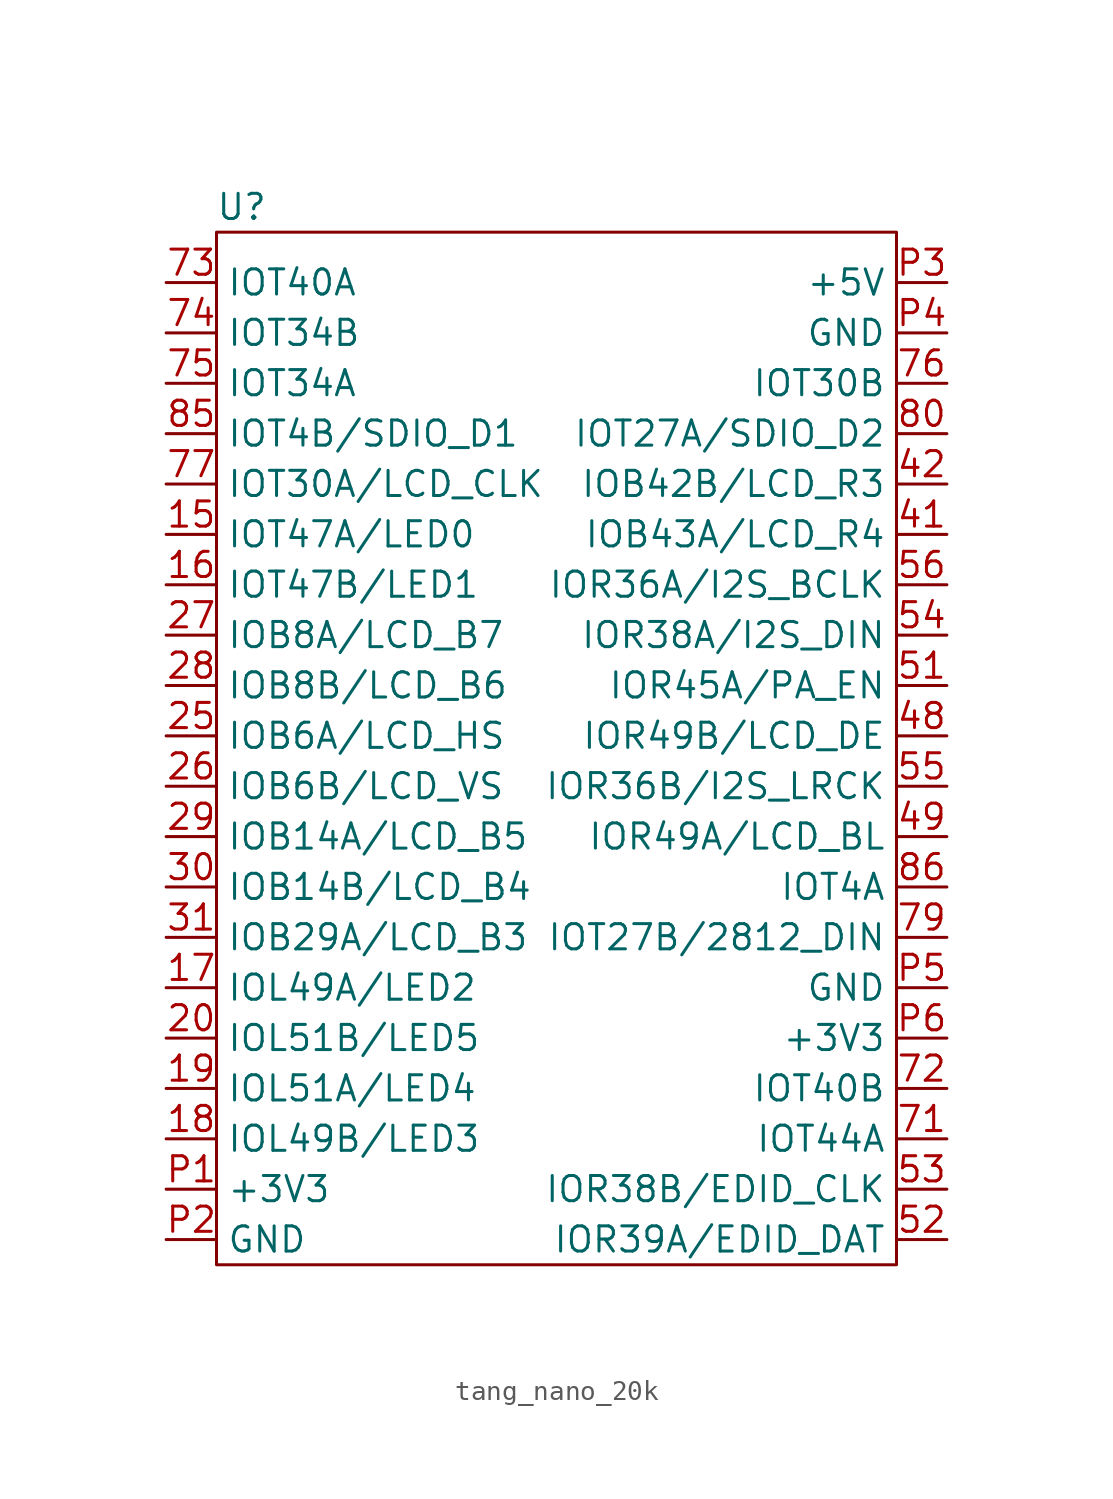
<source format=kicad_sym>
(kicad_symbol_lib
  (version 20220914)
  (generator kicad_symbol_editor)
  (symbol "tang_nano_20k"
    (property "Reference" "U"
      (at -16.51 27.94 0)
      (effects (font (size 1.27 1.27))))
    (property "Value" ""
      (at 0 0 0)
      (effects (font (size 1.27 1.27))))
    (symbol "tang_nano_20k_0_1"
      (rectangle (start -17.78 26.67) (end 16.51 -25.4) (stroke (width 0) (type default)) (fill (type none))))
    (symbol "tang_nano_20k_1_1"
      (pin bidirectional line (at -20.32 11.43 0) (length 2.54) (name "IOT47A/LED0" (effects (font (size 1.27 1.27)))) (number "15" (effects (font (size 1.27 1.27)))))
      (pin bidirectional line (at -20.32 8.89 0) (length 2.54) (name "IOT47B/LED1" (effects (font (size 1.27 1.27)))) (number "16" (effects (font (size 1.27 1.27)))))
      (pin bidirectional line (at -20.32 -11.43 0) (length 2.54) (name "IOL49A/LED2" (effects (font (size 1.27 1.27)))) (number "17" (effects (font (size 1.27 1.27)))))
      (pin bidirectional line (at -20.32 -19.05 0) (length 2.54) (name "IOL49B/LED3" (effects (font (size 1.27 1.27)))) (number "18" (effects (font (size 1.27 1.27)))))
      (pin bidirectional line (at -20.32 -16.51 0) (length 2.54) (name "IOL51A/LED4" (effects (font (size 1.27 1.27)))) (number "19" (effects (font (size 1.27 1.27)))))
      (pin bidirectional line (at -20.32 -13.97 0) (length 2.54) (name "IOL51B/LED5" (effects (font (size 1.27 1.27)))) (number "20" (effects (font (size 1.27 1.27)))))
      (pin bidirectional line (at -20.32 1.27 0) (length 2.54) (name "IOB6A/LCD_HS" (effects (font (size 1.27 1.27)))) (number "25" (effects (font (size 1.27 1.27)))))
      (pin bidirectional line (at -20.32 -1.27 0) (length 2.54) (name "IOB6B/LCD_VS" (effects (font (size 1.27 1.27)))) (number "26" (effects (font (size 1.27 1.27)))))
      (pin bidirectional line (at -20.32 6.35 0) (length 2.54) (name "IOB8A/LCD_B7" (effects (font (size 1.27 1.27)))) (number "27" (effects (font (size 1.27 1.27)))))
      (pin bidirectional line (at -20.32 3.81 0) (length 2.54) (name "IOB8B/LCD_B6" (effects (font (size 1.27 1.27)))) (number "28" (effects (font (size 1.27 1.27)))))
      (pin bidirectional line (at -20.32 -3.81 0) (length 2.54) (name "IOB14A/LCD_B5" (effects (font (size 1.27 1.27)))) (number "29" (effects (font (size 1.27 1.27)))))
      (pin bidirectional line (at -20.32 -6.35 0) (length 2.54) (name "IOB14B/LCD_B4" (effects (font (size 1.27 1.27)))) (number "30" (effects (font (size 1.27 1.27)))))
      (pin bidirectional line (at -20.32 -8.89 0) (length 2.54) (name "IOB29A/LCD_B3" (effects (font (size 1.27 1.27)))) (number "31" (effects (font (size 1.27 1.27)))))
      (pin bidirectional line (at 19.05 11.43 180) (length 2.54) (name "IOB43A/LCD_R4" (effects (font (size 1.27 1.27)))) (number "41" (effects (font (size 1.27 1.27)))))
      (pin bidirectional line (at 19.05 13.97 180) (length 2.54) (name "IOB42B/LCD_R3" (effects (font (size 1.27 1.27)))) (number "42" (effects (font (size 1.27 1.27)))))
      (pin bidirectional line (at 19.05 1.27 180) (length 2.54) (name "IOR49B/LCD_DE" (effects (font (size 1.27 1.27)))) (number "48" (effects (font (size 1.27 1.27)))))
      (pin bidirectional line (at 19.05 -3.81 180) (length 2.54) (name "IOR49A/LCD_BL" (effects (font (size 1.27 1.27)))) (number "49" (effects (font (size 1.27 1.27)))))
      (pin bidirectional line (at 19.05 3.81 180) (length 2.54) (name "IOR45A/PA_EN" (effects (font (size 1.27 1.27)))) (number "51" (effects (font (size 1.27 1.27)))))
      (pin bidirectional line (at 19.05 -24.13 180) (length 2.54) (name "IOR39A/EDID_DAT" (effects (font (size 1.27 1.27)))) (number "52" (effects (font (size 1.27 1.27)))))
      (pin bidirectional line (at 19.05 -21.59 180) (length 2.54) (name "IOR38B/EDID_CLK" (effects (font (size 1.27 1.27)))) (number "53" (effects (font (size 1.27 1.27)))))
      (pin bidirectional line (at 19.05 6.35 180) (length 2.54) (name "IOR38A/I2S_DIN" (effects (font (size 1.27 1.27)))) (number "54" (effects (font (size 1.27 1.27)))))
      (pin bidirectional line (at 19.05 -1.27 180) (length 2.54) (name "IOR36B/I2S_LRCK" (effects (font (size 1.27 1.27)))) (number "55" (effects (font (size 1.27 1.27)))))
      (pin bidirectional line (at 19.05 8.89 180) (length 2.54) (name "IOR36A/I2S_BCLK" (effects (font (size 1.27 1.27)))) (number "56" (effects (font (size 1.27 1.27)))))
      (pin bidirectional line (at 19.05 -19.05 180) (length 2.54) (name "IOT44A" (effects (font (size 1.27 1.27)))) (number "71" (effects (font (size 1.27 1.27)))))
      (pin bidirectional line (at 19.05 -16.51 180) (length 2.54) (name "IOT40B" (effects (font (size 1.27 1.27)))) (number "72" (effects (font (size 1.27 1.27)))))
      (pin bidirectional line (at -20.32 24.13 0) (length 2.54) (name "IOT40A" (effects (font (size 1.27 1.27)))) (number "73" (effects (font (size 1.27 1.27)))))
      (pin bidirectional line (at -20.32 21.59 0) (length 2.54) (name "IOT34B" (effects (font (size 1.27 1.27)))) (number "74" (effects (font (size 1.27 1.27)))))
      (pin bidirectional line (at -20.32 19.05 0) (length 2.54) (name "IOT34A" (effects (font (size 1.27 1.27)))) (number "75" (effects (font (size 1.27 1.27)))))
      (pin bidirectional line (at 19.05 19.05 180) (length 2.54) (name "IOT30B" (effects (font (size 1.27 1.27)))) (number "76" (effects (font (size 1.27 1.27)))))
      (pin bidirectional line (at -20.32 13.97 0) (length 2.54) (name "IOT30A/LCD_CLK" (effects (font (size 1.27 1.27)))) (number "77" (effects (font (size 1.27 1.27)))))
      (pin bidirectional line (at 19.05 -8.89 180) (length 2.54) (name "IOT27B/2812_DIN" (effects (font (size 1.27 1.27)))) (number "79" (effects (font (size 1.27 1.27)))))
      (pin bidirectional line (at 19.05 16.51 180) (length 2.54) (name "IOT27A/SDIO_D2" (effects (font (size 1.27 1.27)))) (number "80" (effects (font (size 1.27 1.27)))))
      (pin bidirectional line (at -20.32 16.51 0) (length 2.54) (name "IOT4B/SDIO_D1" (effects (font (size 1.27 1.27)))) (number "85" (effects (font (size 1.27 1.27)))))
      (pin bidirectional line (at 19.05 -6.35 180) (length 2.54) (name "IOT4A" (effects (font (size 1.27 1.27)))) (number "86" (effects (font (size 1.27 1.27)))))
      (pin power_out line (at -20.32 -21.59 0) (length 2.54) (name "+3V3" (effects (font (size 1.27 1.27)))) (number "P1" (effects (font (size 1.27 1.27)))))
      (pin power_in line (at -20.32 -24.13 0) (length 2.54) (name "GND" (effects (font (size 1.27 1.27)))) (number "P2" (effects (font (size 1.27 1.27)))))
      (pin power_in line (at 19.05 24.13 180) (length 2.54) (name "+5V" (effects (font (size 1.27 1.27)))) (number "P3" (effects (font (size 1.27 1.27)))))
      (pin power_in line (at 19.05 21.59 180) (length 2.54) (name "GND" (effects (font (size 1.27 1.27)))) (number "P4" (effects (font (size 1.27 1.27)))))
      (pin power_in line (at 19.05 -11.43 180) (length 2.54) (name "GND" (effects (font (size 1.27 1.27)))) (number "P5" (effects (font (size 1.27 1.27)))))
      (pin power_out line (at 19.05 -13.97 180) (length 2.54) (name "+3V3" (effects (font (size 1.27 1.27)))) (number "P6" (effects (font (size 1.27 1.27))))))))
</source>
